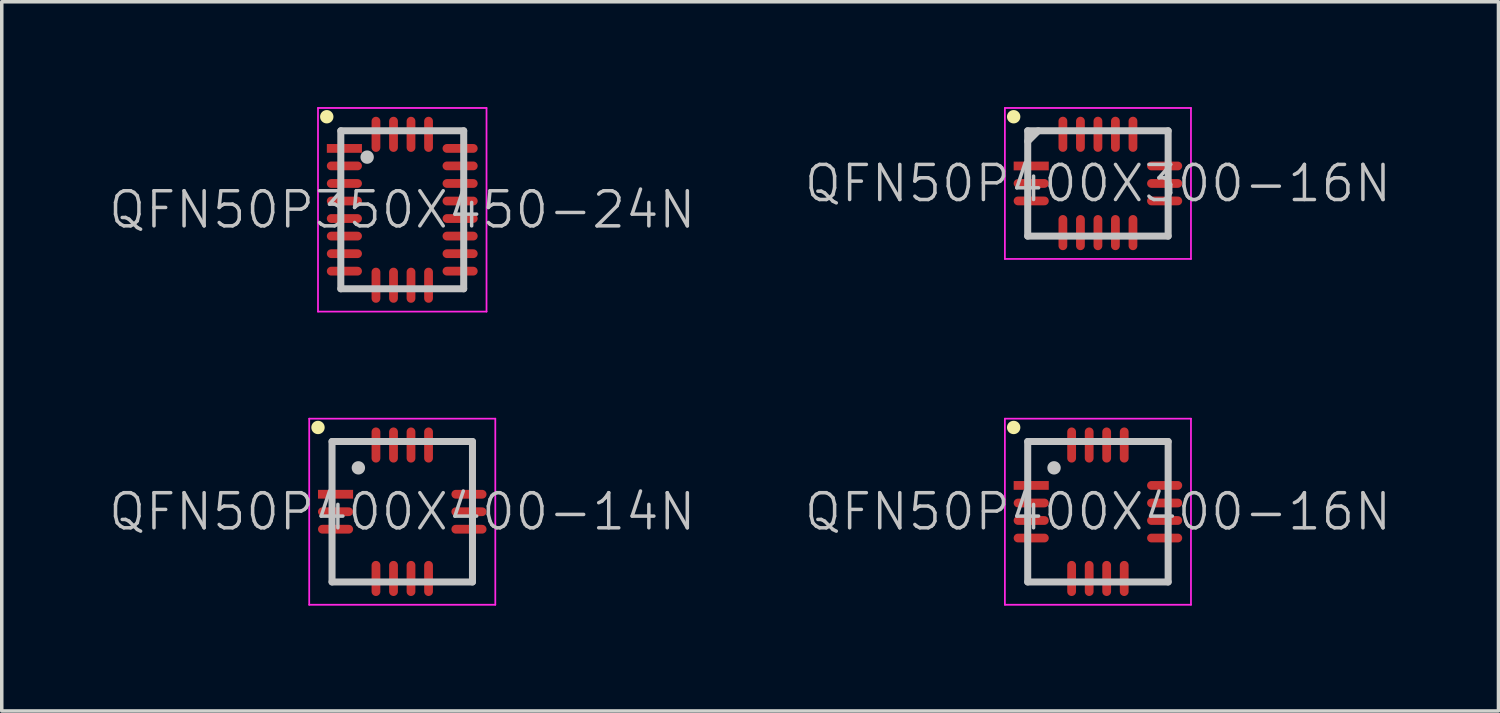
<source format=kicad_pcb>
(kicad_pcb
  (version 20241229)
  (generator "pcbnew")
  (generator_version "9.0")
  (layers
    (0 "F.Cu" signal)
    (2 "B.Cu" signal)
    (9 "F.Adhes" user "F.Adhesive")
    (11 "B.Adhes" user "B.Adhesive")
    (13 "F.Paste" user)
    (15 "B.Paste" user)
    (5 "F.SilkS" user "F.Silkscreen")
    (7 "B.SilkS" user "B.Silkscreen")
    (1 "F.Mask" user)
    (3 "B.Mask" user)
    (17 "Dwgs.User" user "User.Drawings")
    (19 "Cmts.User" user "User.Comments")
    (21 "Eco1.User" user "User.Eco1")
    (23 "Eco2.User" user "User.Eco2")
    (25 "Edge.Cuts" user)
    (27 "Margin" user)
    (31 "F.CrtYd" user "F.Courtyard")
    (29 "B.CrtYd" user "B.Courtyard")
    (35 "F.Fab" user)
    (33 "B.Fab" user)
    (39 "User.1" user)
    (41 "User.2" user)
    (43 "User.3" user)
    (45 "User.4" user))
  (footprint "QFN50P350X450-24N"
    (layer "F.Cu")
    (at 8.407 2.925)
    (property "Reference" "QFN50P350X450-24N" (at 0 0 0) (layer "Dwgs.User") (effects (font (size 1 1) (thickness 0.1))))
    (attr smd)
    (fp_line (start -2.15 -2.65) (end -2.15 -2.65) (stroke (width 0.381) (type solid)) (layer "F.SilkS"))
    (fp_line (start -1.75 -2.25) (end -1.75 2.25) (stroke (width 0.2) (type solid)) (layer "Dwgs.User"))
    (fp_line (start -1.75 -2.25) (end 1.75 -2.25) (stroke (width 0.2) (type solid)) (layer "Dwgs.User"))
    (fp_line (start -1.75 2.25) (end 1.75 2.25) (stroke (width 0.2) (type solid)) (layer "Dwgs.User"))
    (fp_line (start -1 -1.5) (end -1 -1.5) (stroke (width 0.381) (type solid)) (layer "Dwgs.User"))
    (fp_line (start 1.75 -2.25) (end 1.75 2.25) (stroke (width 0.2) (type solid)) (layer "Dwgs.User"))
    (fp_line (start -2.4 -2.9) (end -2.4 2.9) (stroke (width 0.05) (type solid)) (layer "F.CrtYd"))
    (fp_line (start -2.4 -2.9) (end 2.4 -2.9) (stroke (width 0.05) (type solid)) (layer "F.CrtYd"))
    (fp_line (start -2.4 2.9) (end 2.4 2.9) (stroke (width 0.05) (type solid)) (layer "F.CrtYd"))
    (fp_line (start 2.4 -2.9) (end 2.4 2.9) (stroke (width 0.05) (type solid)) (layer "F.CrtYd"))
    (pad "1" smd rect (at -1.648 -1.748 90) (size 0.25 1) (layers "F.Cu" "F.Mask" "F.Paste"))
    (pad "2" smd oval (at -1.648 -1.25 90) (size 0.25 1) (layers "F.Cu" "F.Mask" "F.Paste"))
    (pad "3" smd oval (at -1.648 -0.749 90) (size 0.25 1) (layers "F.Cu" "F.Mask" "F.Paste"))
    (pad "4" smd oval (at -1.648 -0.249 90) (size 0.25 1) (layers "F.Cu" "F.Mask" "F.Paste"))
    (pad "5" smd oval (at -1.648 0.249 90) (size 0.25 1) (layers "F.Cu" "F.Mask" "F.Paste"))
    (pad "6" smd oval (at -1.648 0.749 90) (size 0.25 1) (layers "F.Cu" "F.Mask" "F.Paste"))
    (pad "7" smd oval (at -1.648 1.25 90) (size 0.25 1) (layers "F.Cu" "F.Mask" "F.Paste"))
    (pad "8" smd oval (at -1.648 1.748 90) (size 0.25 1) (layers "F.Cu" "F.Mask" "F.Paste"))
    (pad "9" smd oval (at -0.749 2.149 180) (size 0.25 1) (layers "F.Cu" "F.Mask" "F.Paste"))
    (pad "10" smd oval (at -0.249 2.149 180) (size 0.25 1) (layers "F.Cu" "F.Mask" "F.Paste"))
    (pad "11" smd oval (at 0.249 2.149 180) (size 0.25 1) (layers "F.Cu" "F.Mask" "F.Paste"))
    (pad "12" smd oval (at 0.749 2.149 180) (size 0.25 1) (layers "F.Cu" "F.Mask" "F.Paste"))
    (pad "13" smd oval (at 1.648 1.748 270) (size 0.25 1) (layers "F.Cu" "F.Mask" "F.Paste"))
    (pad "14" smd oval (at 1.648 1.25 270) (size 0.25 1) (layers "F.Cu" "F.Mask" "F.Paste"))
    (pad "15" smd oval (at 1.648 0.749 270) (size 0.25 1) (layers "F.Cu" "F.Mask" "F.Paste"))
    (pad "16" smd oval (at 1.648 0.249 270) (size 0.25 1) (layers "F.Cu" "F.Mask" "F.Paste"))
    (pad "17" smd oval (at 1.648 -0.249 270) (size 0.25 1) (layers "F.Cu" "F.Mask" "F.Paste"))
    (pad "18" smd oval (at 1.648 -0.749 270) (size 0.25 1) (layers "F.Cu" "F.Mask" "F.Paste"))
    (pad "19" smd oval (at 1.648 -1.25 270) (size 0.25 1) (layers "F.Cu" "F.Mask" "F.Paste"))
    (pad "20" smd oval (at 1.648 -1.748 270) (size 0.25 1) (layers "F.Cu" "F.Mask" "F.Paste"))
    (pad "21" smd oval (at 0.749 -2.149) (size 0.25 1) (layers "F.Cu" "F.Mask" "F.Paste"))
    (pad "22" smd oval (at 0.249 -2.149) (size 0.25 1) (layers "F.Cu" "F.Mask" "F.Paste"))
    (pad "23" smd oval (at -0.249 -2.149) (size 0.25 1) (layers "F.Cu" "F.Mask" "F.Paste"))
    (pad "24" smd oval (at -0.749 -2.149) (size 0.25 1) (layers "F.Cu" "F.Mask" "F.Paste")))
  (footprint "QFN50P400X300-16N"
    (layer "F.Cu")
    (at 28.221 2.175)
    (property "Reference" "QFN50P400X300-16N" (at 0 0 0) (layer "Dwgs.User") (effects (font (size 1 1) (thickness 0.1))))
    (attr smd)
    (fp_line (start -2.4 -1.9) (end -2.4 -1.9) (stroke (width 0.381) (type solid)) (layer "F.SilkS"))
    (fp_line (start -2 -1.5) (end -2 1.5) (stroke (width 0.2) (type solid)) (layer "Dwgs.User"))
    (fp_line (start -2 -1.5) (end 2 -1.5) (stroke (width 0.2) (type solid)) (layer "Dwgs.User"))
    (fp_line (start -2 -1.2) (end -1.7 -1.5) (stroke (width 0.2) (type solid)) (layer "Dwgs.User"))
    (fp_line (start -2 1.5) (end 2 1.5) (stroke (width 0.2) (type solid)) (layer "Dwgs.User"))
    (fp_line (start 2 -1.5) (end 2 1.5) (stroke (width 0.2) (type solid)) (layer "Dwgs.User"))
    (fp_line (start -2.65 -2.15) (end -2.65 2.15) (stroke (width 0.05) (type solid)) (layer "F.CrtYd"))
    (fp_line (start -2.65 -2.15) (end 2.65 -2.15) (stroke (width 0.05) (type solid)) (layer "F.CrtYd"))
    (fp_line (start -2.65 2.15) (end 2.65 2.15) (stroke (width 0.05) (type solid)) (layer "F.CrtYd"))
    (fp_line (start 2.65 -2.15) (end 2.65 2.15) (stroke (width 0.05) (type solid)) (layer "F.CrtYd"))
    (pad "1" smd rect (at -1.9 -0.498 90) (size 0.25 1) (layers "F.Cu" "F.Mask" "F.Paste"))
    (pad "2" smd oval (at -1.9 0 90) (size 0.25 1) (layers "F.Cu" "F.Mask" "F.Paste"))
    (pad "3" smd oval (at -1.9 0.498 90) (size 0.25 1) (layers "F.Cu" "F.Mask" "F.Paste"))
    (pad "4" smd oval (at -0.998 1.4 180) (size 0.25 1) (layers "F.Cu" "F.Mask" "F.Paste"))
    (pad "5" smd oval (at -0.498 1.4 180) (size 0.25 1) (layers "F.Cu" "F.Mask" "F.Paste"))
    (pad "6" smd oval (at 0 1.4 180) (size 0.25 1) (layers "F.Cu" "F.Mask" "F.Paste"))
    (pad "7" smd oval (at 0.498 1.4 180) (size 0.25 1) (layers "F.Cu" "F.Mask" "F.Paste"))
    (pad "8" smd oval (at 0.998 1.4 180) (size 0.25 1) (layers "F.Cu" "F.Mask" "F.Paste"))
    (pad "9" smd oval (at 1.9 0.498 270) (size 0.25 1) (layers "F.Cu" "F.Mask" "F.Paste"))
    (pad "10" smd oval (at 1.9 0 270) (size 0.25 1) (layers "F.Cu" "F.Mask" "F.Paste"))
    (pad "11" smd oval (at 1.9 -0.498 270) (size 0.25 1) (layers "F.Cu" "F.Mask" "F.Paste"))
    (pad "12" smd oval (at 0.998 -1.4) (size 0.25 1) (layers "F.Cu" "F.Mask" "F.Paste"))
    (pad "13" smd oval (at 0.498 -1.4) (size 0.25 1) (layers "F.Cu" "F.Mask" "F.Paste"))
    (pad "14" smd oval (at 0 -1.4) (size 0.25 1) (layers "F.Cu" "F.Mask" "F.Paste"))
    (pad "15" smd oval (at -0.498 -1.4) (size 0.25 1) (layers "F.Cu" "F.Mask" "F.Paste"))
    (pad "16" smd oval (at -0.998 -1.4) (size 0.25 1) (layers "F.Cu" "F.Mask" "F.Paste")))
  (footprint "QFN50P400X400-16N"
    (layer "F.Cu")
    (at 28.221 11.525)
    (property "Reference" "QFN50P400X400-16N" (at 0 0 0) (layer "Dwgs.User") (effects (font (size 1 1) (thickness 0.1))))
    (attr smd)
    (fp_line (start -2.4 -2.4) (end -2.4 -2.4) (stroke (width 0.381) (type solid)) (layer "F.SilkS"))
    (fp_line (start -2 -2) (end -2 2) (stroke (width 0.2) (type solid)) (layer "Dwgs.User"))
    (fp_line (start -2 -2) (end 2 -2) (stroke (width 0.2) (type solid)) (layer "Dwgs.User"))
    (fp_line (start -2 2) (end 2 2) (stroke (width 0.2) (type solid)) (layer "Dwgs.User"))
    (fp_line (start -1.25 -1.25) (end -1.25 -1.25) (stroke (width 0.381) (type solid)) (layer "Dwgs.User"))
    (fp_line (start 2 -2) (end 2 2) (stroke (width 0.2) (type solid)) (layer "Dwgs.User"))
    (fp_line (start -2.65 -2.65) (end -2.65 2.65) (stroke (width 0.05) (type solid)) (layer "F.CrtYd"))
    (fp_line (start -2.65 -2.65) (end 2.65 -2.65) (stroke (width 0.05) (type solid)) (layer "F.CrtYd"))
    (fp_line (start -2.65 2.65) (end 2.65 2.65) (stroke (width 0.05) (type solid)) (layer "F.CrtYd"))
    (fp_line (start 2.65 -2.65) (end 2.65 2.65) (stroke (width 0.05) (type solid)) (layer "F.CrtYd"))
    (pad "1" smd rect (at -1.9 -0.749 90) (size 0.25 1) (layers "F.Cu" "F.Mask" "F.Paste"))
    (pad "2" smd oval (at -1.9 -0.249 90) (size 0.25 1) (layers "F.Cu" "F.Mask" "F.Paste"))
    (pad "3" smd oval (at -1.9 0.249 90) (size 0.25 1) (layers "F.Cu" "F.Mask" "F.Paste"))
    (pad "4" smd oval (at -1.9 0.749 90) (size 0.25 1) (layers "F.Cu" "F.Mask" "F.Paste"))
    (pad "5" smd oval (at -0.749 1.9 180) (size 0.25 1) (layers "F.Cu" "F.Mask" "F.Paste"))
    (pad "6" smd oval (at -0.249 1.9 180) (size 0.25 1) (layers "F.Cu" "F.Mask" "F.Paste"))
    (pad "7" smd oval (at 0.249 1.9 180) (size 0.25 1) (layers "F.Cu" "F.Mask" "F.Paste"))
    (pad "8" smd oval (at 0.749 1.9 180) (size 0.25 1) (layers "F.Cu" "F.Mask" "F.Paste"))
    (pad "9" smd oval (at 1.9 0.749 270) (size 0.25 1) (layers "F.Cu" "F.Mask" "F.Paste"))
    (pad "10" smd oval (at 1.9 0.249 270) (size 0.25 1) (layers "F.Cu" "F.Mask" "F.Paste"))
    (pad "11" smd oval (at 1.9 -0.249 270) (size 0.25 1) (layers "F.Cu" "F.Mask" "F.Paste"))
    (pad "12" smd oval (at 1.9 -0.749 270) (size 0.25 1) (layers "F.Cu" "F.Mask" "F.Paste"))
    (pad "13" smd oval (at 0.749 -1.9) (size 0.25 1) (layers "F.Cu" "F.Mask" "F.Paste"))
    (pad "14" smd oval (at 0.249 -1.9) (size 0.25 1) (layers "F.Cu" "F.Mask" "F.Paste"))
    (pad "15" smd oval (at -0.249 -1.9) (size 0.25 1) (layers "F.Cu" "F.Mask" "F.Paste"))
    (pad "16" smd oval (at -0.749 -1.9) (size 0.25 1) (layers "F.Cu" "F.Mask" "F.Paste")))
  (footprint "QFN50P400X400-14N"
    (layer "F.Cu")
    (at 8.407 11.525)
    (property "Reference" "QFN50P400X400-14N" (at 0 0 0) (layer "Dwgs.User") (effects (font (size 1 1) (thickness 0.1))))
    (attr smd)
    (fp_line (start -2.4 -2.4) (end -2.4 -2.4) (stroke (width 0.381) (type solid)) (layer "F.SilkS"))
    (fp_line (start -2 -2) (end -2 2) (stroke (width 0.2) (type solid)) (layer "Dwgs.User"))
    (fp_line (start -2 -2) (end 2 -2) (stroke (width 0.2) (type solid)) (layer "Dwgs.User"))
    (fp_line (start -2 2) (end 2 2) (stroke (width 0.2) (type solid)) (layer "Dwgs.User"))
    (fp_line (start -1.25 -1.25) (end -1.25 -1.25) (stroke (width 0.381) (type solid)) (layer "Dwgs.User"))
    (fp_line (start 2 -2) (end 2 2) (stroke (width 0.2) (type solid)) (layer "Dwgs.User"))
    (fp_line (start -2.65 -2.65) (end -2.65 2.65) (stroke (width 0.05) (type solid)) (layer "F.CrtYd"))
    (fp_line (start -2.65 -2.65) (end 2.65 -2.65) (stroke (width 0.05) (type solid)) (layer "F.CrtYd"))
    (fp_line (start -2.65 2.65) (end 2.65 2.65) (stroke (width 0.05) (type solid)) (layer "F.CrtYd"))
    (fp_line (start 2.65 -2.65) (end 2.65 2.65) (stroke (width 0.05) (type solid)) (layer "F.CrtYd"))
    (pad "1" smd rect (at -1.9 -0.498 90) (size 0.25 1) (layers "F.Cu" "F.Mask" "F.Paste"))
    (pad "2" smd oval (at -1.9 0 90) (size 0.25 1) (layers "F.Cu" "F.Mask" "F.Paste"))
    (pad "3" smd oval (at -1.9 0.498 90) (size 0.25 1) (layers "F.Cu" "F.Mask" "F.Paste"))
    (pad "4" smd oval (at -0.749 1.9 180) (size 0.25 1) (layers "F.Cu" "F.Mask" "F.Paste"))
    (pad "5" smd oval (at -0.249 1.9 180) (size 0.25 1) (layers "F.Cu" "F.Mask" "F.Paste"))
    (pad "6" smd oval (at 0.249 1.9 180) (size 0.25 1) (layers "F.Cu" "F.Mask" "F.Paste"))
    (pad "7" smd oval (at 0.749 1.9 180) (size 0.25 1) (layers "F.Cu" "F.Mask" "F.Paste"))
    (pad "8" smd oval (at 1.9 0.498 270) (size 0.25 1) (layers "F.Cu" "F.Mask" "F.Paste"))
    (pad "9" smd oval (at 1.9 0 270) (size 0.25 1) (layers "F.Cu" "F.Mask" "F.Paste"))
    (pad "10" smd oval (at 1.9 -0.498 270) (size 0.25 1) (layers "F.Cu" "F.Mask" "F.Paste"))
    (pad "11" smd oval (at 0.749 -1.9) (size 0.25 1) (layers "F.Cu" "F.Mask" "F.Paste"))
    (pad "12" smd oval (at 0.249 -1.9) (size 0.25 1) (layers "F.Cu" "F.Mask" "F.Paste"))
    (pad "13" smd oval (at -0.249 -1.9) (size 0.25 1) (layers "F.Cu" "F.Mask" "F.Paste"))
    (pad "14" smd oval (at -0.749 -1.9) (size 0.25 1) (layers "F.Cu" "F.Mask" "F.Paste")))
  (gr_rect
    (start -3 -3)
    (end 39.629 17.2)
    (stroke (width 0.1) (type default))
    (fill no)
    (layer "Edge.Cuts")))
</source>
